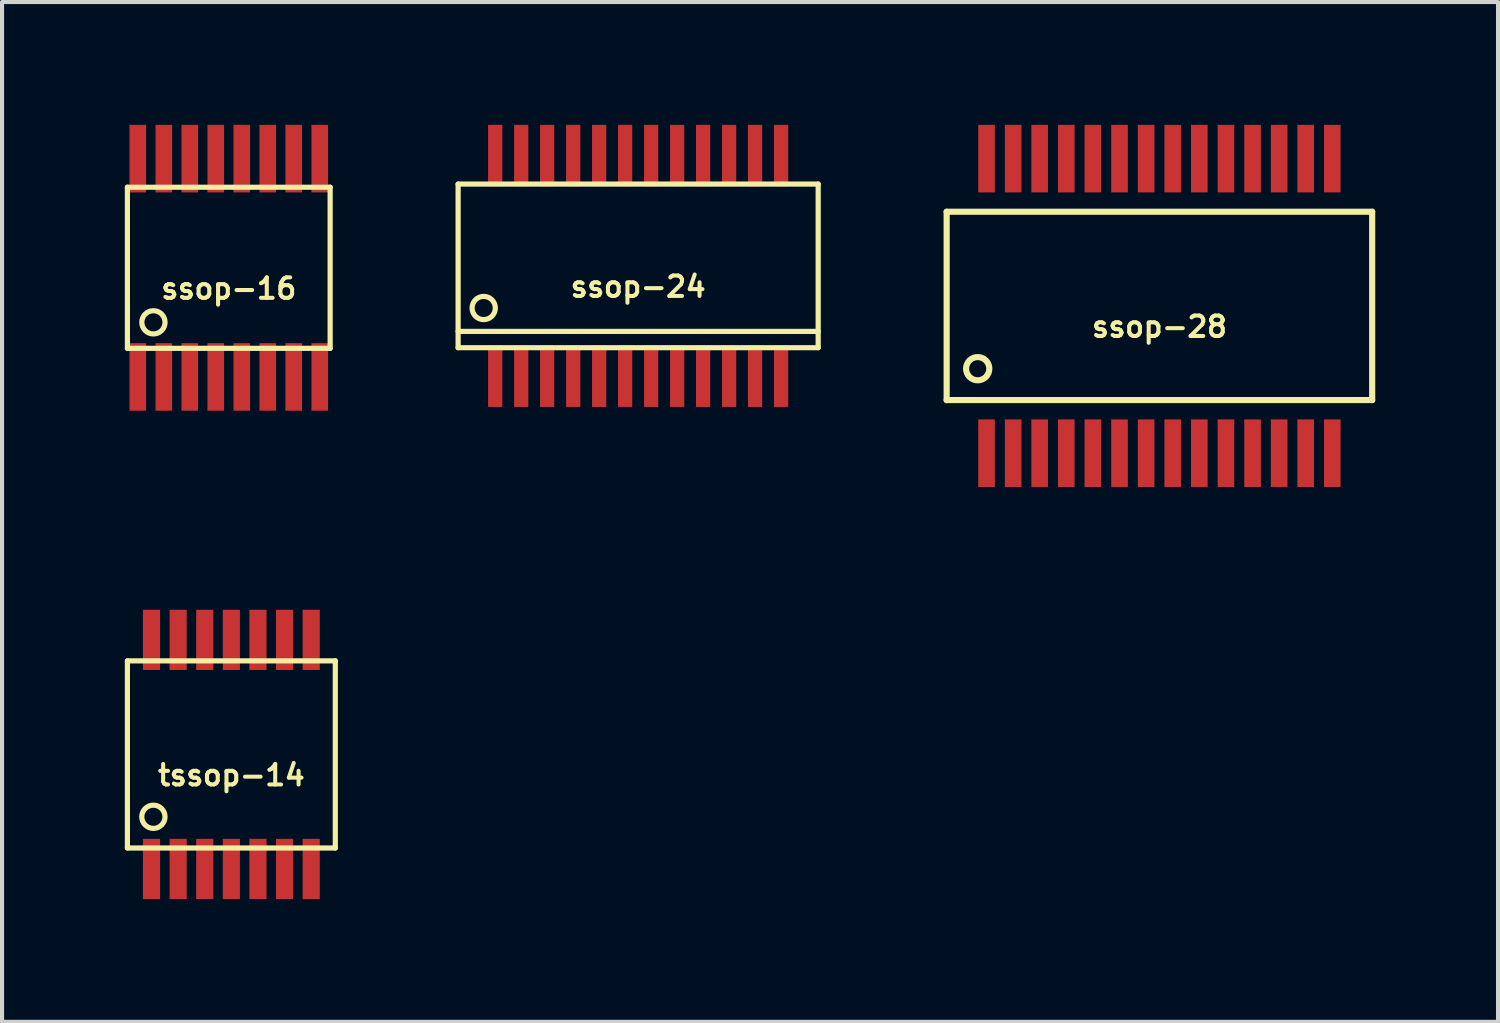
<source format=kicad_pcb>
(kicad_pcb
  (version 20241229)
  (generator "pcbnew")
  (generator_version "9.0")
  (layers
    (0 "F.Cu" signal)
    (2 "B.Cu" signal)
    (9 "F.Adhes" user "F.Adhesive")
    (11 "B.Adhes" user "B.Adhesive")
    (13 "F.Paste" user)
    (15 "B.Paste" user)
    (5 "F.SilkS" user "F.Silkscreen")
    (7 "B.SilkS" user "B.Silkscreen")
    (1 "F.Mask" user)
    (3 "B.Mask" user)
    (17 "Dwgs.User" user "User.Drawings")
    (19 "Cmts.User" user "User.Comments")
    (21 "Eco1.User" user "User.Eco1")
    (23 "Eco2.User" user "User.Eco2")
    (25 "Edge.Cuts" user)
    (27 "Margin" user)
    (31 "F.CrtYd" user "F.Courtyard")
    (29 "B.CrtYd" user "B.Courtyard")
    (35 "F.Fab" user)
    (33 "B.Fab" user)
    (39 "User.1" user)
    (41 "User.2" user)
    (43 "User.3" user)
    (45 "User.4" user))
  (footprint "ssop-28"
    (layer "F.Cu")
    (at 25.28 4.425)
    (property "Reference" "ssop-28" (at 0 0.508 0) (layer "F.SilkS") (effects (font (size 0.5 0.5) (thickness 0.099))))
    (attr through_hole)
    (fp_line (start -5.199 -2.301) (end 5.199 -2.301) (stroke (width 0.15) (type solid)) (layer "F.SilkS"))
    (fp_line (start -5.199 2.301) (end -5.199 -2.301) (stroke (width 0.15) (type solid)) (layer "F.SilkS"))
    (fp_line (start 5.199 -2.301) (end 5.199 2.301) (stroke (width 0.15) (type solid)) (layer "F.SilkS"))
    (fp_line (start 5.199 2.301) (end -5.199 2.301) (stroke (width 0.15) (type solid)) (layer "F.SilkS"))
    (fp_circle (center -4.44 1.534) (end -4.567 1.788) (stroke (width 0.15) (type solid)) (fill no) (layer "F.SilkS"))
    (pad "1" smd rect (at -4.224 3.599) (size 0.406 1.651) (layers "F.Cu" "F.Mask" "F.Paste"))
    (pad "2" smd rect (at -3.574 3.599) (size 0.406 1.651) (layers "F.Cu" "F.Mask" "F.Paste"))
    (pad "3" smd rect (at -2.926 3.599) (size 0.406 1.651) (layers "F.Cu" "F.Mask" "F.Paste"))
    (pad "4" smd rect (at -2.276 3.599) (size 0.406 1.651) (layers "F.Cu" "F.Mask" "F.Paste"))
    (pad "5" smd rect (at -1.626 3.599) (size 0.406 1.651) (layers "F.Cu" "F.Mask" "F.Paste"))
    (pad "6" smd rect (at -0.975 3.599) (size 0.406 1.651) (layers "F.Cu" "F.Mask" "F.Paste"))
    (pad "7" smd rect (at -0.325 3.599) (size 0.406 1.651) (layers "F.Cu" "F.Mask" "F.Paste"))
    (pad "8" smd rect (at 0.325 3.599) (size 0.406 1.651) (layers "F.Cu" "F.Mask" "F.Paste"))
    (pad "9" smd rect (at 0.975 3.599) (size 0.406 1.651) (layers "F.Cu" "F.Mask" "F.Paste"))
    (pad "10" smd rect (at 1.626 3.599) (size 0.406 1.651) (layers "F.Cu" "F.Mask" "F.Paste"))
    (pad "11" smd rect (at 2.276 3.599) (size 0.406 1.651) (layers "F.Cu" "F.Mask" "F.Paste"))
    (pad "12" smd rect (at 2.926 3.599) (size 0.406 1.651) (layers "F.Cu" "F.Mask" "F.Paste"))
    (pad "13" smd rect (at 3.574 3.599) (size 0.406 1.651) (layers "F.Cu" "F.Mask" "F.Paste"))
    (pad "14" smd rect (at 4.224 3.599) (size 0.406 1.651) (layers "F.Cu" "F.Mask" "F.Paste"))
    (pad "15" smd rect (at 4.224 -3.599) (size 0.406 1.651) (layers "F.Cu" "F.Mask" "F.Paste"))
    (pad "16" smd rect (at 3.574 -3.599) (size 0.406 1.651) (layers "F.Cu" "F.Mask" "F.Paste"))
    (pad "17" smd rect (at 2.926 -3.599) (size 0.406 1.651) (layers "F.Cu" "F.Mask" "F.Paste"))
    (pad "18" smd rect (at 2.276 -3.599) (size 0.406 1.651) (layers "F.Cu" "F.Mask" "F.Paste"))
    (pad "19" smd rect (at 1.626 -3.599) (size 0.406 1.651) (layers "F.Cu" "F.Mask" "F.Paste"))
    (pad "20" smd rect (at 0.975 -3.599) (size 0.406 1.651) (layers "F.Cu" "F.Mask" "F.Paste"))
    (pad "21" smd rect (at 0.325 -3.599) (size 0.406 1.651) (layers "F.Cu" "F.Mask" "F.Paste"))
    (pad "22" smd rect (at -0.325 -3.599) (size 0.406 1.651) (layers "F.Cu" "F.Mask" "F.Paste"))
    (pad "23" smd rect (at -0.975 -3.599) (size 0.406 1.651) (layers "F.Cu" "F.Mask" "F.Paste"))
    (pad "24" smd rect (at -1.626 -3.599) (size 0.406 1.651) (layers "F.Cu" "F.Mask" "F.Paste"))
    (pad "25" smd rect (at -2.276 -3.599) (size 0.406 1.651) (layers "F.Cu" "F.Mask" "F.Paste"))
    (pad "26" smd rect (at -2.926 -3.599) (size 0.406 1.651) (layers "F.Cu" "F.Mask" "F.Paste"))
    (pad "27" smd rect (at -3.574 -3.599) (size 0.406 1.651) (layers "F.Cu" "F.Mask" "F.Paste"))
    (pad "28" smd rect (at -4.224 -3.599) (size 0.406 1.651) (layers "F.Cu" "F.Mask" "F.Paste")))
  (footprint "ssop-16"
    (layer "F.Cu")
    (at 2.54 3.493)
    (property "Reference" "ssop-16" (at 0 0.508 0) (layer "F.SilkS") (effects (font (size 0.5 0.5) (thickness 0.099))))
    (attr through_hole)
    (fp_line (start -2.477 -1.968) (end -2.477 1.968) (stroke (width 0.127) (type solid)) (layer "F.SilkS"))
    (fp_line (start -2.477 1.968) (end 2.477 1.968) (stroke (width 0.127) (type solid)) (layer "F.SilkS"))
    (fp_line (start 2.477 -1.968) (end -2.477 -1.968) (stroke (width 0.127) (type solid)) (layer "F.SilkS"))
    (fp_line (start 2.477 1.968) (end 2.477 -1.968) (stroke (width 0.127) (type solid)) (layer "F.SilkS"))
    (fp_circle (center -1.841 1.333) (end -1.968 1.587) (stroke (width 0.127) (type solid)) (fill no) (layer "F.SilkS"))
    (pad "1" smd rect (at -2.223 2.667) (size 0.406 1.651) (layers "F.Cu" "F.Mask" "F.Paste"))
    (pad "2" smd rect (at -1.587 2.667) (size 0.406 1.651) (layers "F.Cu" "F.Mask" "F.Paste"))
    (pad "3" smd rect (at -0.953 2.667) (size 0.406 1.651) (layers "F.Cu" "F.Mask" "F.Paste"))
    (pad "4" smd rect (at -0.318 2.667) (size 0.406 1.651) (layers "F.Cu" "F.Mask" "F.Paste"))
    (pad "5" smd rect (at 0.318 2.667) (size 0.406 1.651) (layers "F.Cu" "F.Mask" "F.Paste"))
    (pad "6" smd rect (at 0.953 2.667) (size 0.406 1.651) (layers "F.Cu" "F.Mask" "F.Paste"))
    (pad "7" smd rect (at 1.587 2.667) (size 0.406 1.651) (layers "F.Cu" "F.Mask" "F.Paste"))
    (pad "8" smd rect (at 2.223 2.667) (size 0.406 1.651) (layers "F.Cu" "F.Mask" "F.Paste"))
    (pad "9" smd rect (at 2.223 -2.667) (size 0.406 1.651) (layers "F.Cu" "F.Mask" "F.Paste"))
    (pad "10" smd rect (at 1.587 -2.667) (size 0.406 1.651) (layers "F.Cu" "F.Mask" "F.Paste"))
    (pad "11" smd rect (at 0.953 -2.667) (size 0.406 1.651) (layers "F.Cu" "F.Mask" "F.Paste"))
    (pad "12" smd rect (at 0.318 -2.667) (size 0.406 1.651) (layers "F.Cu" "F.Mask" "F.Paste"))
    (pad "13" smd rect (at -0.318 -2.667) (size 0.406 1.651) (layers "F.Cu" "F.Mask" "F.Paste"))
    (pad "14" smd rect (at -0.953 -2.667) (size 0.406 1.651) (layers "F.Cu" "F.Mask" "F.Paste"))
    (pad "15" smd rect (at -1.587 -2.667) (size 0.406 1.651) (layers "F.Cu" "F.Mask" "F.Paste"))
    (pad "16" smd rect (at -2.223 -2.667) (size 0.406 1.651) (layers "F.Cu" "F.Mask" "F.Paste")))
  (footprint "tssop-14"
    (layer "F.Cu")
    (at 2.603 15.384)
    (property "Reference" "tssop-14" (at 0 0.508 0) (layer "F.SilkS") (effects (font (size 0.5 0.5) (thickness 0.099))))
    (attr through_hole)
    (fp_line (start -2.54 -2.286) (end -2.54 2.286) (stroke (width 0.127) (type solid)) (layer "F.SilkS"))
    (fp_line (start -2.54 2.286) (end 2.54 2.286) (stroke (width 0.127) (type solid)) (layer "F.SilkS"))
    (fp_line (start 2.54 -2.286) (end -2.54 -2.286) (stroke (width 0.127) (type solid)) (layer "F.SilkS"))
    (fp_line (start 2.54 2.286) (end 2.54 -2.286) (stroke (width 0.127) (type solid)) (layer "F.SilkS"))
    (fp_circle (center -1.905 1.524) (end -2.032 1.778) (stroke (width 0.127) (type solid)) (fill no) (layer "F.SilkS"))
    (pad "1" smd rect (at -1.951 2.799) (size 0.419 1.471) (layers "F.Cu" "F.Mask" "F.Paste"))
    (pad "2" smd rect (at -1.3 2.799) (size 0.419 1.471) (layers "F.Cu" "F.Mask" "F.Paste"))
    (pad "3" smd rect (at -0.65 2.799) (size 0.419 1.471) (layers "F.Cu" "F.Mask" "F.Paste"))
    (pad "4" smd rect (at 0 2.799) (size 0.419 1.471) (layers "F.Cu" "F.Mask" "F.Paste"))
    (pad "5" smd rect (at 0.65 2.799) (size 0.419 1.471) (layers "F.Cu" "F.Mask" "F.Paste"))
    (pad "6" smd rect (at 1.3 2.799) (size 0.419 1.471) (layers "F.Cu" "F.Mask" "F.Paste"))
    (pad "7" smd rect (at 1.951 2.799) (size 0.419 1.471) (layers "F.Cu" "F.Mask" "F.Paste"))
    (pad "8" smd rect (at 1.951 -2.799) (size 0.419 1.471) (layers "F.Cu" "F.Mask" "F.Paste"))
    (pad "9" smd rect (at 1.3 -2.799) (size 0.419 1.471) (layers "F.Cu" "F.Mask" "F.Paste"))
    (pad "10" smd rect (at 0.65 -2.799) (size 0.419 1.471) (layers "F.Cu" "F.Mask" "F.Paste"))
    (pad "11" smd rect (at 0 -2.799) (size 0.419 1.471) (layers "F.Cu" "F.Mask" "F.Paste"))
    (pad "12" smd rect (at -0.65 -2.799) (size 0.419 1.471) (layers "F.Cu" "F.Mask" "F.Paste"))
    (pad "13" smd rect (at -1.3 -2.799) (size 0.419 1.471) (layers "F.Cu" "F.Mask" "F.Paste"))
    (pad "14" smd rect (at -1.951 -2.799) (size 0.419 1.471) (layers "F.Cu" "F.Mask" "F.Paste")))
  (footprint "ssop-24"
    (layer "F.Cu")
    (at 12.543 3.447)
    (property "Reference" "ssop-24" (at 0 0.508 0) (layer "F.SilkS") (effects (font (size 0.5 0.5) (thickness 0.099))))
    (attr through_hole)
    (fp_line (start -4.399 -1.999) (end 4.399 -1.999) (stroke (width 0.127) (type solid)) (layer "F.SilkS"))
    (fp_line (start -4.399 1.6) (end 4.399 1.6) (stroke (width 0.127) (type solid)) (layer "F.SilkS"))
    (fp_line (start -4.399 1.999) (end -4.399 -1.999) (stroke (width 0.127) (type solid)) (layer "F.SilkS"))
    (fp_line (start 4.399 -1.999) (end 4.399 1.999) (stroke (width 0.127) (type solid)) (layer "F.SilkS"))
    (fp_line (start 4.399 1.999) (end -4.399 1.999) (stroke (width 0.127) (type solid)) (layer "F.SilkS"))
    (fp_circle (center -3.774 1.029) (end -3.901 1.283) (stroke (width 0.127) (type solid)) (fill no) (layer "F.SilkS"))
    (pad "1" smd rect (at -3.493 2.697) (size 0.348 1.499) (layers "F.Cu" "F.Mask" "F.Paste"))
    (pad "2" smd rect (at -2.857 2.697) (size 0.348 1.499) (layers "F.Cu" "F.Mask" "F.Paste"))
    (pad "3" smd rect (at -2.223 2.697) (size 0.348 1.499) (layers "F.Cu" "F.Mask" "F.Paste"))
    (pad "4" smd rect (at -1.587 2.697) (size 0.348 1.499) (layers "F.Cu" "F.Mask" "F.Paste"))
    (pad "5" smd rect (at -0.953 2.697) (size 0.348 1.499) (layers "F.Cu" "F.Mask" "F.Paste"))
    (pad "6" smd rect (at -0.318 2.697) (size 0.348 1.499) (layers "F.Cu" "F.Mask" "F.Paste"))
    (pad "7" smd rect (at 0.318 2.697) (size 0.348 1.499) (layers "F.Cu" "F.Mask" "F.Paste"))
    (pad "8" smd rect (at 0.953 2.697) (size 0.348 1.499) (layers "F.Cu" "F.Mask" "F.Paste"))
    (pad "9" smd rect (at 1.587 2.697) (size 0.348 1.499) (layers "F.Cu" "F.Mask" "F.Paste"))
    (pad "10" smd rect (at 2.223 2.697) (size 0.348 1.499) (layers "F.Cu" "F.Mask" "F.Paste"))
    (pad "11" smd rect (at 2.857 2.697) (size 0.348 1.499) (layers "F.Cu" "F.Mask" "F.Paste"))
    (pad "12" smd rect (at 3.493 2.697) (size 0.348 1.499) (layers "F.Cu" "F.Mask" "F.Paste"))
    (pad "13" smd rect (at 3.493 -2.697) (size 0.348 1.499) (layers "F.Cu" "F.Mask" "F.Paste"))
    (pad "14" smd rect (at 2.857 -2.697) (size 0.348 1.499) (layers "F.Cu" "F.Mask" "F.Paste"))
    (pad "15" smd rect (at 2.223 -2.697) (size 0.348 1.499) (layers "F.Cu" "F.Mask" "F.Paste"))
    (pad "16" smd rect (at 1.587 -2.697) (size 0.348 1.499) (layers "F.Cu" "F.Mask" "F.Paste"))
    (pad "17" smd rect (at 0.953 -2.697) (size 0.348 1.499) (layers "F.Cu" "F.Mask" "F.Paste"))
    (pad "18" smd rect (at 0.318 -2.697) (size 0.348 1.499) (layers "F.Cu" "F.Mask" "F.Paste"))
    (pad "19" smd rect (at -0.318 -2.697) (size 0.348 1.499) (layers "F.Cu" "F.Mask" "F.Paste"))
    (pad "20" smd rect (at -0.953 -2.697) (size 0.348 1.499) (layers "F.Cu" "F.Mask" "F.Paste"))
    (pad "21" smd rect (at -1.587 -2.697) (size 0.348 1.499) (layers "F.Cu" "F.Mask" "F.Paste"))
    (pad "22" smd rect (at -2.223 -2.697) (size 0.348 1.499) (layers "F.Cu" "F.Mask" "F.Paste"))
    (pad "23" smd rect (at -2.857 -2.697) (size 0.348 1.499) (layers "F.Cu" "F.Mask" "F.Paste"))
    (pad "24" smd rect (at -3.493 -2.697) (size 0.348 1.499) (layers "F.Cu" "F.Mask" "F.Paste")))
  (gr_rect
    (start -3 -3)
    (end 33.554 21.918)
    (stroke (width 0.1) (type default))
    (fill no)
    (layer "Edge.Cuts")))
</source>
